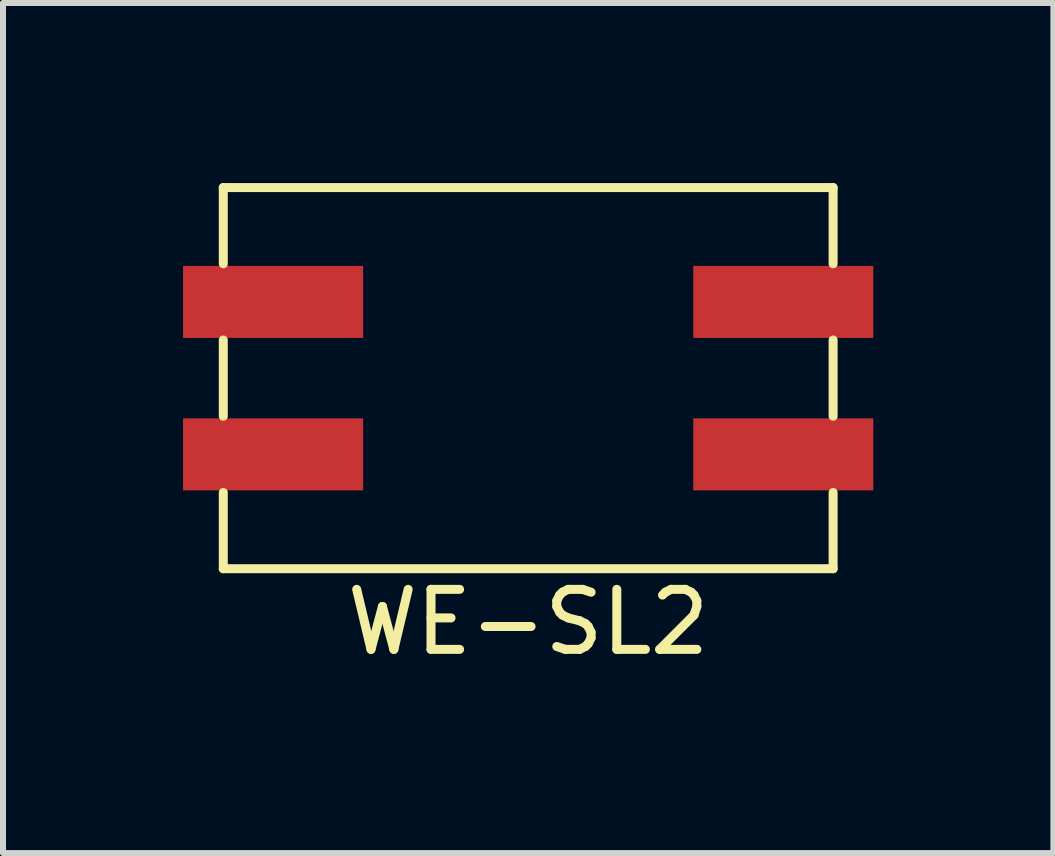
<source format=kicad_pcb>
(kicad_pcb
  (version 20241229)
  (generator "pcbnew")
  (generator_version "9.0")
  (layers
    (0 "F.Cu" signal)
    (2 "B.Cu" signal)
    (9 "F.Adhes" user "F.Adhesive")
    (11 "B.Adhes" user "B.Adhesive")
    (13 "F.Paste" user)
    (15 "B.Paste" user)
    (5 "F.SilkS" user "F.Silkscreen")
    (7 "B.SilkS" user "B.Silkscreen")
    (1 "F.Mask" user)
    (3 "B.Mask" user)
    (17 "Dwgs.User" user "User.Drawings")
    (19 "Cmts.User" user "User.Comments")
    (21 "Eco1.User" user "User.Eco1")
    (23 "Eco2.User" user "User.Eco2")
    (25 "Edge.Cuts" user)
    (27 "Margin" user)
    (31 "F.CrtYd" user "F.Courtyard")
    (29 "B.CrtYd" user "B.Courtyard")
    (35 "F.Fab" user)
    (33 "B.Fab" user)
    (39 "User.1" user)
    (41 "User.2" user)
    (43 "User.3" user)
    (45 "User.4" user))
  (footprint "WE-SL2"
    (layer "F.Cu")
    (at 5.75 3.25)
    (property "Reference" "WE-SL2" (at 0 4.064 0) (layer "F.SilkS") (effects (font (size 1 1) (thickness 0.15))))
    (attr through_hole)
    (fp_line (start -5.08 -3.175) (end -5.08 -1.905) (stroke (width 0.15) (type solid)) (layer "F.SilkS"))
    (fp_line (start -5.08 -3.175) (end 5.08 -3.175) (stroke (width 0.15) (type solid)) (layer "F.SilkS"))
    (fp_line (start -5.08 -0.635) (end -5.08 0.635) (stroke (width 0.15) (type solid)) (layer "F.SilkS"))
    (fp_line (start -5.08 1.905) (end -5.08 3.175) (stroke (width 0.15) (type solid)) (layer "F.SilkS"))
    (fp_line (start -5.08 3.175) (end 5.08 3.175) (stroke (width 0.15) (type solid)) (layer "F.SilkS"))
    (fp_line (start 5.08 -3.175) (end 5.08 -1.905) (stroke (width 0.15) (type solid)) (layer "F.SilkS"))
    (fp_line (start 5.08 -0.635) (end 5.08 0.635) (stroke (width 0.15) (type solid)) (layer "F.SilkS"))
    (fp_line (start 5.08 3.175) (end 5.08 1.905) (stroke (width 0.15) (type solid)) (layer "F.SilkS"))
    (pad "1" smd rect (at -4.25 -1.27) (size 3 1.2) (layers "F.Cu" "F.Mask" "F.Paste"))
    (pad "2" smd rect (at -4.25 1.27) (size 3 1.2) (layers "F.Cu" "F.Mask" "F.Paste"))
    (pad "3" smd rect (at 4.25 1.27) (size 3 1.2) (layers "F.Cu" "F.Mask" "F.Paste"))
    (pad "4" smd rect (at 4.25 -1.27) (size 3 1.2) (layers "F.Cu" "F.Mask" "F.Paste")))
  (gr_rect
    (start -3 -3)
    (end 14.5 11.162)
    (stroke (width 0.1) (type default))
    (fill no)
    (layer "Edge.Cuts")))
</source>
